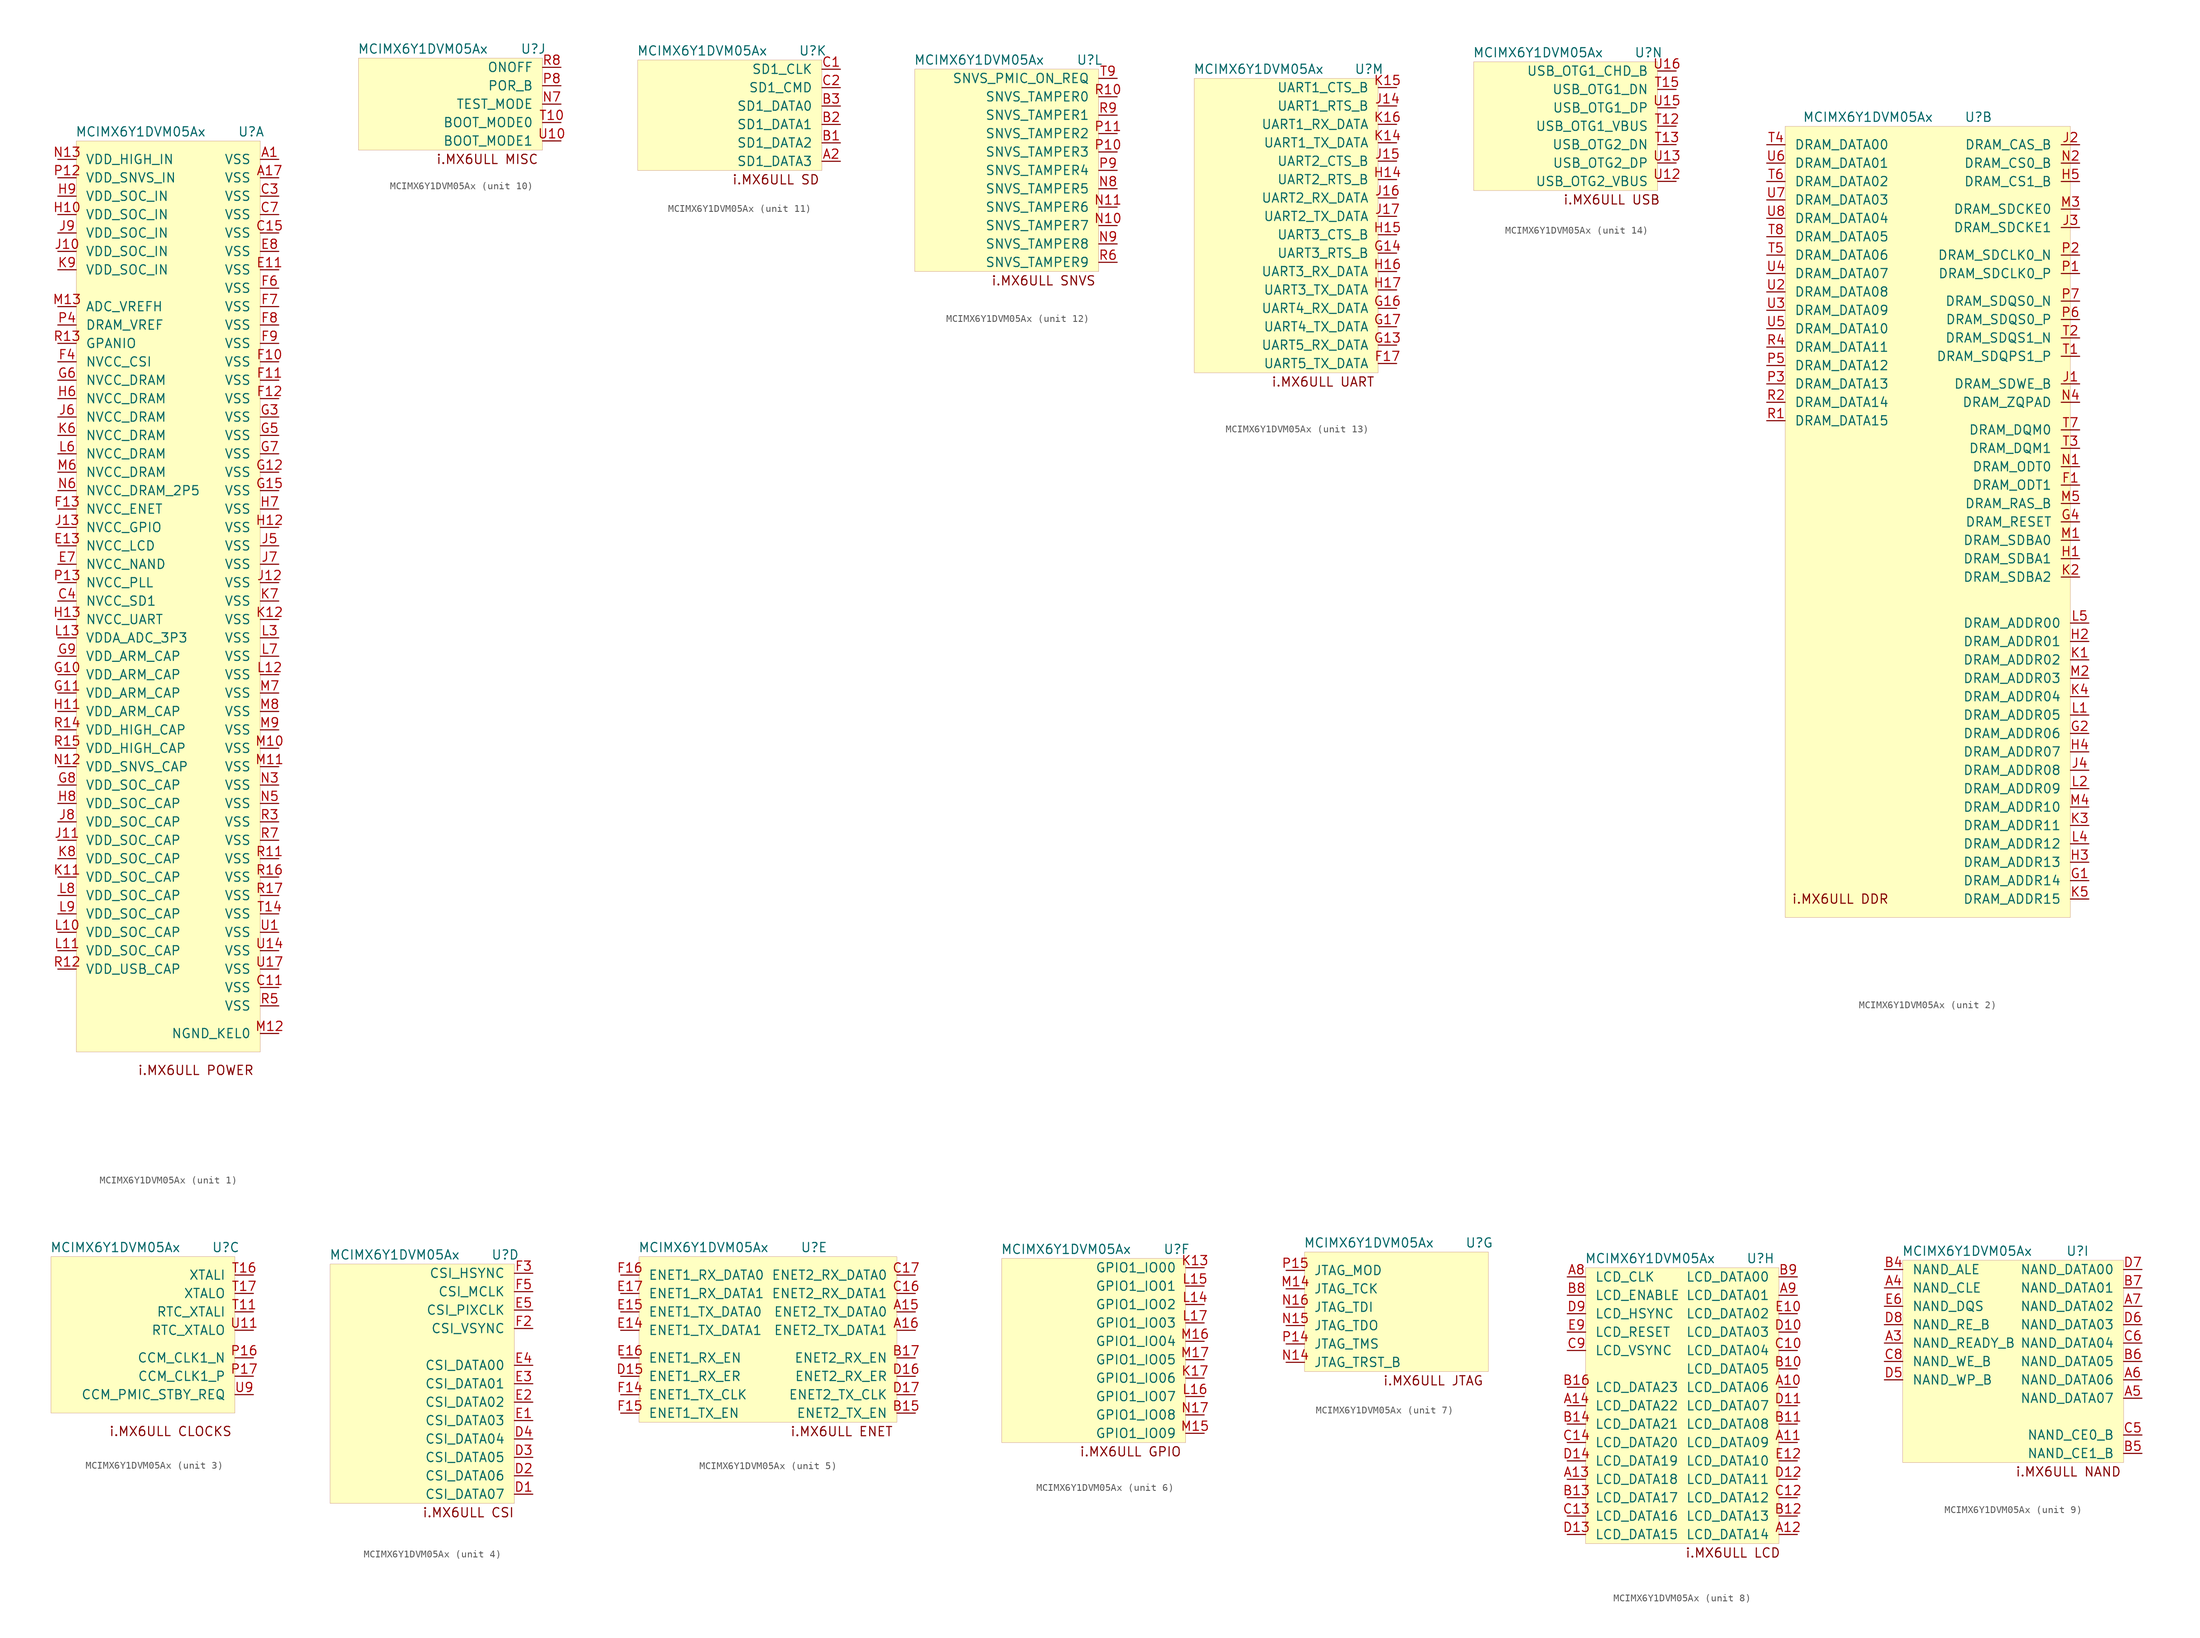
<source format=kicad_sym>
(kicad_symbol_lib
  (version 20201005)
  (generator kicad_symbol_editor)
  (symbol "mcu:MCIMX6Y1DVM05Ax"
    (pin_names
      (offset 1.27))
    (property "Reference" "U"
      (at 24.13 1.27 0)
      (effects (font (size 1.27 1.27))))
    (property "Value" "MCIMX6Y1DVM05Ax"
      (at 8.89 1.27 0)
      (effects (font (size 1.27 1.27))))
    (property "ki_locked" ""
      (at 0 0 0)
      (effects (font (size 1.27 1.27))))
    (symbol "MCIMX6Y1DVM05Ax_1_0"
      (text "i.MX6ULL POWER" (at 16.51 -128.27 0) (effects (font (size 1.27 1.27))))
      (rectangle (start 0 0) (end 25.4 -125.73) (stroke (width 0.001)) (fill (type background))))
    (symbol "MCIMX6Y1DVM05Ax_2_0"
      (text "i.MX6ULL DDR" (at 5.08 -106.68 0) (effects (font (size 1.27 1.27))))
      (rectangle (start -2.54 0) (end 36.83 -109.22) (stroke (width 0.001)) (fill (type background))))
    (symbol "MCIMX6Y1DVM05Ax_3_0"
      (text "i.MX6ULL CLOCKS" (at 16.51 -24.13 0) (effects (font (size 1.27 1.27))))
      (rectangle (start 0 0) (end 25.4 -21.59) (stroke (width 0.001)) (fill (type background))))
    (symbol "MCIMX6Y1DVM05Ax_4_0"
      (text "i.MX6ULL CSI" (at 19.05 -34.29 0) (effects (font (size 1.27 1.27)))))
    (symbol "MCIMX6Y1DVM05Ax_5_0"
      (text "i.MX6ULL ENET" (at 27.94 -24.13 0) (effects (font (size 1.27 1.27)))))
    (symbol "MCIMX6Y1DVM05Ax_6_0"
      (text "i.MX6ULL GPIO" (at 17.78 -26.67 0) (effects (font (size 1.27 1.27)))))
    (symbol "MCIMX6Y1DVM05Ax_7_0"
      (text "i.MX6ULL JTAG" (at 17.78 -17.78 0) (effects (font (size 1.27 1.27)))))
    (symbol "MCIMX6Y1DVM05Ax_8_0"
      (text "i.MX6ULL LCD" (at 20.32 -39.37 0) (effects (font (size 1.27 1.27)))))
    (symbol "MCIMX6Y1DVM05Ax_9_0"
      (text "i.MX6ULL NAND" (at 22.86 -29.21 0) (effects (font (size 1.27 1.27)))))
    (symbol "MCIMX6Y1DVM05Ax_10_0"
      (text "i.MX6ULL MISC" (at 17.78 -13.97 0) (effects (font (size 1.27 1.27)))))
    (symbol "MCIMX6Y1DVM05Ax_11_0"
      (text "i.MX6ULL SD" (at 19.05 -16.51 0) (effects (font (size 1.27 1.27)))))
    (symbol "MCIMX6Y1DVM05Ax_12_0"
      (text "i.MX6ULL SNVS" (at 17.78 -29.21 0) (effects (font (size 1.27 1.27)))))
    (symbol "MCIMX6Y1DVM05Ax_13_0"
      (text "i.MX6ULL UART" (at 17.78 -41.91 0) (effects (font (size 1.27 1.27)))))
    (symbol "MCIMX6Y1DVM05Ax_14_0"
      (text "i.MX6ULL USB" (at 19.05 -19.05 0) (effects (font (size 1.27 1.27)))))
    (symbol "MCIMX6Y1DVM05Ax_4_1"
      (rectangle (start 0 0) (end 25.4 -33.02) (stroke (width 0.001)) (fill (type background)))
      (pin input line (at 27.94 -13.97 180) (length 2.54) (name "CSI_DATA00" (effects (font (size 1.27 1.27)))) (number "E4" (effects (font (size 1.27 1.27)))))
      (pin input line (at 27.94 -16.51 180) (length 2.54) (name "CSI_DATA01" (effects (font (size 1.27 1.27)))) (number "E3" (effects (font (size 1.27 1.27)))))
      (pin input line (at 27.94 -19.05 180) (length 2.54) (name "CSI_DATA02" (effects (font (size 1.27 1.27)))) (number "E2" (effects (font (size 1.27 1.27)))))
      (pin input line (at 27.94 -24.13 180) (length 2.54) (name "CSI_DATA04" (effects (font (size 1.27 1.27)))) (number "D4" (effects (font (size 1.27 1.27)))))
      (pin input line (at 27.94 -21.59 180) (length 2.54) (name "CSI_DATA03" (effects (font (size 1.27 1.27)))) (number "E1" (effects (font (size 1.27 1.27)))))
      (pin input line (at 27.94 -26.67 180) (length 2.54) (name "CSI_DATA05" (effects (font (size 1.27 1.27)))) (number "D3" (effects (font (size 1.27 1.27)))))
      (pin input line (at 27.94 -29.21 180) (length 2.54) (name "CSI_DATA06" (effects (font (size 1.27 1.27)))) (number "D2" (effects (font (size 1.27 1.27)))))
      (pin input line (at 27.94 -31.75 180) (length 2.54) (name "CSI_DATA07" (effects (font (size 1.27 1.27)))) (number "D1" (effects (font (size 1.27 1.27)))))
      (pin output line (at 27.94 -1.27 180) (length 2.54) (name "CSI_HSYNC" (effects (font (size 1.27 1.27)))) (number "F3" (effects (font (size 1.27 1.27)))))
      (pin output line (at 27.94 -3.81 180) (length 2.54) (name "CSI_MCLK" (effects (font (size 1.27 1.27)))) (number "F5" (effects (font (size 1.27 1.27)))))
      (pin output line (at 27.94 -6.35 180) (length 2.54) (name "CSI_PIXCLK" (effects (font (size 1.27 1.27)))) (number "E5" (effects (font (size 1.27 1.27)))))
      (pin output line (at 27.94 -8.89 180) (length 2.54) (name "CSI_VSYNC" (effects (font (size 1.27 1.27)))) (number "F2" (effects (font (size 1.27 1.27))))))
    (symbol "MCIMX6Y1DVM05Ax_5_1"
      (rectangle (start 0 0) (end 35.56 -22.86) (stroke (width 0.001)) (fill (type background)))
      (pin output line (at -2.54 -2.54 0) (length 2.54) (name "ENET1_RX_DATA0" (effects (font (size 1.27 1.27)))) (number "F16" (effects (font (size 1.27 1.27)))))
      (pin output line (at -2.54 -5.08 0) (length 2.54) (name "ENET1_RX_DATA1" (effects (font (size 1.27 1.27)))) (number "E17" (effects (font (size 1.27 1.27)))))
      (pin output line (at -2.54 -13.97 0) (length 2.54) (name "ENET1_RX_EN" (effects (font (size 1.27 1.27)))) (number "E16" (effects (font (size 1.27 1.27)))))
      (pin output line (at -2.54 -16.51 0) (length 2.54) (name "ENET1_RX_ER" (effects (font (size 1.27 1.27)))) (number "D15" (effects (font (size 1.27 1.27)))))
      (pin output line (at -2.54 -19.05 0) (length 2.54) (name "ENET1_TX_CLK" (effects (font (size 1.27 1.27)))) (number "F14" (effects (font (size 1.27 1.27)))))
      (pin output line (at -2.54 -7.62 0) (length 2.54) (name "ENET1_TX_DATA0" (effects (font (size 1.27 1.27)))) (number "E15" (effects (font (size 1.27 1.27)))))
      (pin output line (at -2.54 -10.16 0) (length 2.54) (name "ENET1_TX_DATA1" (effects (font (size 1.27 1.27)))) (number "E14" (effects (font (size 1.27 1.27)))))
      (pin output line (at -2.54 -21.59 0) (length 2.54) (name "ENET1_TX_EN" (effects (font (size 1.27 1.27)))) (number "F15" (effects (font (size 1.27 1.27)))))
      (pin output line (at 38.1 -2.54 180) (length 2.54) (name "ENET2_RX_DATA0" (effects (font (size 1.27 1.27)))) (number "C17" (effects (font (size 1.27 1.27)))))
      (pin output line (at 38.1 -5.08 180) (length 2.54) (name "ENET2_RX_DATA1" (effects (font (size 1.27 1.27)))) (number "C16" (effects (font (size 1.27 1.27)))))
      (pin output line (at 38.1 -13.97 180) (length 2.54) (name "ENET2_RX_EN" (effects (font (size 1.27 1.27)))) (number "B17" (effects (font (size 1.27 1.27)))))
      (pin output line (at 38.1 -16.51 180) (length 2.54) (name "ENET2_RX_ER" (effects (font (size 1.27 1.27)))) (number "D16" (effects (font (size 1.27 1.27)))))
      (pin output line (at 38.1 -19.05 180) (length 2.54) (name "ENET2_TX_CLK" (effects (font (size 1.27 1.27)))) (number "D17" (effects (font (size 1.27 1.27)))))
      (pin output line (at 38.1 -7.62 180) (length 2.54) (name "ENET2_TX_DATA0" (effects (font (size 1.27 1.27)))) (number "A15" (effects (font (size 1.27 1.27)))))
      (pin output line (at 38.1 -10.16 180) (length 2.54) (name "ENET2_TX_DATA1" (effects (font (size 1.27 1.27)))) (number "A16" (effects (font (size 1.27 1.27)))))
      (pin output line (at 38.1 -21.59 180) (length 2.54) (name "ENET2_TX_EN" (effects (font (size 1.27 1.27)))) (number "B15" (effects (font (size 1.27 1.27))))))
    (symbol "MCIMX6Y1DVM05Ax_6_1"
      (rectangle (start 0 0) (end 25.4 -25.4) (stroke (width 0.001)) (fill (type background)))
      (pin bidirectional line (at 27.94 -1.27 180) (length 2.54) (name "GPIO1_IO00" (effects (font (size 1.27 1.27)))) (number "K13" (effects (font (size 1.27 1.27)))))
      (pin bidirectional line (at 27.94 -3.81 180) (length 2.54) (name "GPIO1_IO01" (effects (font (size 1.27 1.27)))) (number "L15" (effects (font (size 1.27 1.27)))))
      (pin bidirectional line (at 27.94 -6.35 180) (length 2.54) (name "GPIO1_IO02" (effects (font (size 1.27 1.27)))) (number "L14" (effects (font (size 1.27 1.27)))))
      (pin bidirectional line (at 27.94 -8.89 180) (length 2.54) (name "GPIO1_IO03" (effects (font (size 1.27 1.27)))) (number "L17" (effects (font (size 1.27 1.27)))))
      (pin bidirectional line (at 27.94 -11.43 180) (length 2.54) (name "GPIO1_IO04" (effects (font (size 1.27 1.27)))) (number "M16" (effects (font (size 1.27 1.27)))))
      (pin bidirectional line (at 27.94 -13.97 180) (length 2.54) (name "GPIO1_IO05" (effects (font (size 1.27 1.27)))) (number "M17" (effects (font (size 1.27 1.27)))))
      (pin bidirectional line (at 27.94 -16.51 180) (length 2.54) (name "GPIO1_IO06" (effects (font (size 1.27 1.27)))) (number "K17" (effects (font (size 1.27 1.27)))))
      (pin bidirectional line (at 27.94 -19.05 180) (length 2.54) (name "GPIO1_IO07" (effects (font (size 1.27 1.27)))) (number "L16" (effects (font (size 1.27 1.27)))))
      (pin bidirectional line (at 27.94 -21.59 180) (length 2.54) (name "GPIO1_IO08" (effects (font (size 1.27 1.27)))) (number "N17" (effects (font (size 1.27 1.27)))))
      (pin bidirectional line (at 27.94 -24.13 180) (length 2.54) (name "GPIO1_IO09" (effects (font (size 1.27 1.27)))) (number "M15" (effects (font (size 1.27 1.27))))))
    (symbol "MCIMX6Y1DVM05Ax_7_1"
      (rectangle (start 0 0) (end 25.4 -16.51) (stroke (width 0.001)) (fill (type background)))
      (pin bidirectional line (at -2.54 -2.54 0) (length 2.54) (name "JTAG_MOD" (effects (font (size 1.27 1.27)))) (number "P15" (effects (font (size 1.27 1.27)))))
      (pin bidirectional line (at -2.54 -5.08 0) (length 2.54) (name "JTAG_TCK" (effects (font (size 1.27 1.27)))) (number "M14" (effects (font (size 1.27 1.27)))))
      (pin bidirectional line (at -2.54 -7.62 0) (length 2.54) (name "JTAG_TDI" (effects (font (size 1.27 1.27)))) (number "N16" (effects (font (size 1.27 1.27)))))
      (pin bidirectional line (at -2.54 -10.16 0) (length 2.54) (name "JTAG_TDO" (effects (font (size 1.27 1.27)))) (number "N15" (effects (font (size 1.27 1.27)))))
      (pin bidirectional line (at -2.54 -12.7 0) (length 2.54) (name "JTAG_TMS" (effects (font (size 1.27 1.27)))) (number "P14" (effects (font (size 1.27 1.27)))))
      (pin bidirectional line (at -2.54 -15.24 0) (length 2.54) (name "JTAG_TRST_B" (effects (font (size 1.27 1.27)))) (number "N14" (effects (font (size 1.27 1.27))))))
    (symbol "MCIMX6Y1DVM05Ax_8_1"
      (rectangle (start 0 0) (end 26.67 -38.1) (stroke (width 0.001)) (fill (type background)))
      (pin output line (at -2.54 -1.27 0) (length 2.54) (name "LCD_CLK" (effects (font (size 1.27 1.27)))) (number "A8" (effects (font (size 1.27 1.27)))))
      (pin output line (at 29.21 -1.27 180) (length 2.54) (name "LCD_DATA00" (effects (font (size 1.27 1.27)))) (number "B9" (effects (font (size 1.27 1.27)))))
      (pin output line (at 29.21 -3.81 180) (length 2.54) (name "LCD_DATA01" (effects (font (size 1.27 1.27)))) (number "A9" (effects (font (size 1.27 1.27)))))
      (pin output line (at 29.21 -6.35 180) (length 2.54) (name "LCD_DATA02" (effects (font (size 1.27 1.27)))) (number "E10" (effects (font (size 1.27 1.27)))))
      (pin output line (at 29.21 -8.89 180) (length 2.54) (name "LCD_DATA03" (effects (font (size 1.27 1.27)))) (number "D10" (effects (font (size 1.27 1.27)))))
      (pin output line (at 29.21 -13.97 180) (length 2.54) (name "LCD_DATA05" (effects (font (size 1.27 1.27)))) (number "B10" (effects (font (size 1.27 1.27)))))
      (pin output line (at 29.21 -11.43 180) (length 2.54) (name "LCD_DATA04" (effects (font (size 1.27 1.27)))) (number "C10" (effects (font (size 1.27 1.27)))))
      (pin output line (at 29.21 -16.51 180) (length 2.54) (name "LCD_DATA06" (effects (font (size 1.27 1.27)))) (number "A10" (effects (font (size 1.27 1.27)))))
      (pin output line (at 29.21 -19.05 180) (length 2.54) (name "LCD_DATA07" (effects (font (size 1.27 1.27)))) (number "D11" (effects (font (size 1.27 1.27)))))
      (pin output line (at 29.21 -21.59 180) (length 2.54) (name "LCD_DATA08" (effects (font (size 1.27 1.27)))) (number "B11" (effects (font (size 1.27 1.27)))))
      (pin output line (at 29.21 -24.13 180) (length 2.54) (name "LCD_DATA09" (effects (font (size 1.27 1.27)))) (number "A11" (effects (font (size 1.27 1.27)))))
      (pin output line (at 29.21 -26.67 180) (length 2.54) (name "LCD_DATA10" (effects (font (size 1.27 1.27)))) (number "E12" (effects (font (size 1.27 1.27)))))
      (pin output line (at 29.21 -29.21 180) (length 2.54) (name "LCD_DATA11" (effects (font (size 1.27 1.27)))) (number "D12" (effects (font (size 1.27 1.27)))))
      (pin output line (at 29.21 -31.75 180) (length 2.54) (name "LCD_DATA12" (effects (font (size 1.27 1.27)))) (number "C12" (effects (font (size 1.27 1.27)))))
      (pin output line (at 29.21 -34.29 180) (length 2.54) (name "LCD_DATA13" (effects (font (size 1.27 1.27)))) (number "B12" (effects (font (size 1.27 1.27)))))
      (pin output line (at 29.21 -36.83 180) (length 2.54) (name "LCD_DATA14" (effects (font (size 1.27 1.27)))) (number "A12" (effects (font (size 1.27 1.27)))))
      (pin output line (at -2.54 -36.83 0) (length 2.54) (name "LCD_DATA15" (effects (font (size 1.27 1.27)))) (number "D13" (effects (font (size 1.27 1.27)))))
      (pin output line (at -2.54 -34.29 0) (length 2.54) (name "LCD_DATA16" (effects (font (size 1.27 1.27)))) (number "C13" (effects (font (size 1.27 1.27)))))
      (pin output line (at -2.54 -31.75 0) (length 2.54) (name "LCD_DATA17" (effects (font (size 1.27 1.27)))) (number "B13" (effects (font (size 1.27 1.27)))))
      (pin output line (at -2.54 -29.21 0) (length 2.54) (name "LCD_DATA18" (effects (font (size 1.27 1.27)))) (number "A13" (effects (font (size 1.27 1.27)))))
      (pin output line (at -2.54 -26.67 0) (length 2.54) (name "LCD_DATA19" (effects (font (size 1.27 1.27)))) (number "D14" (effects (font (size 1.27 1.27)))))
      (pin output line (at -2.54 -24.13 0) (length 2.54) (name "LCD_DATA20" (effects (font (size 1.27 1.27)))) (number "C14" (effects (font (size 1.27 1.27)))))
      (pin output line (at -2.54 -21.59 0) (length 2.54) (name "LCD_DATA21" (effects (font (size 1.27 1.27)))) (number "B14" (effects (font (size 1.27 1.27)))))
      (pin output line (at -2.54 -19.05 0) (length 2.54) (name "LCD_DATA22" (effects (font (size 1.27 1.27)))) (number "A14" (effects (font (size 1.27 1.27)))))
      (pin output line (at -2.54 -16.51 0) (length 2.54) (name "LCD_DATA23" (effects (font (size 1.27 1.27)))) (number "B16" (effects (font (size 1.27 1.27)))))
      (pin output line (at -2.54 -3.81 0) (length 2.54) (name "LCD_ENABLE" (effects (font (size 1.27 1.27)))) (number "B8" (effects (font (size 1.27 1.27)))))
      (pin output line (at -2.54 -6.35 0) (length 2.54) (name "LCD_HSYNC" (effects (font (size 1.27 1.27)))) (number "D9" (effects (font (size 1.27 1.27)))))
      (pin output line (at -2.54 -8.89 0) (length 2.54) (name "LCD_RESET" (effects (font (size 1.27 1.27)))) (number "E9" (effects (font (size 1.27 1.27)))))
      (pin output line (at -2.54 -11.43 0) (length 2.54) (name "LCD_VSYNC" (effects (font (size 1.27 1.27)))) (number "C9" (effects (font (size 1.27 1.27))))))
    (symbol "MCIMX6Y1DVM05Ax_9_1"
      (rectangle (start 0 0) (end 30.48 -27.94) (stroke (width 0.001)) (fill (type background)))
      (pin output line (at -2.54 -1.27 0) (length 2.54) (name "NAND_ALE" (effects (font (size 1.27 1.27)))) (number "B4" (effects (font (size 1.27 1.27)))))
      (pin output line (at 33.02 -24.13 180) (length 2.54) (name "NAND_CE0_B" (effects (font (size 1.27 1.27)))) (number "C5" (effects (font (size 1.27 1.27)))))
      (pin output line (at 33.02 -26.67 180) (length 2.54) (name "NAND_CE1_B" (effects (font (size 1.27 1.27)))) (number "B5" (effects (font (size 1.27 1.27)))))
      (pin output line (at -2.54 -3.81 0) (length 2.54) (name "NAND_CLE" (effects (font (size 1.27 1.27)))) (number "A4" (effects (font (size 1.27 1.27)))))
      (pin bidirectional line (at 33.02 -1.27 180) (length 2.54) (name "NAND_DATA00" (effects (font (size 1.27 1.27)))) (number "D7" (effects (font (size 1.27 1.27)))))
      (pin bidirectional line (at 33.02 -3.81 180) (length 2.54) (name "NAND_DATA01" (effects (font (size 1.27 1.27)))) (number "B7" (effects (font (size 1.27 1.27)))))
      (pin bidirectional line (at 33.02 -6.35 180) (length 2.54) (name "NAND_DATA02" (effects (font (size 1.27 1.27)))) (number "A7" (effects (font (size 1.27 1.27)))))
      (pin bidirectional line (at 33.02 -8.89 180) (length 2.54) (name "NAND_DATA03" (effects (font (size 1.27 1.27)))) (number "D6" (effects (font (size 1.27 1.27)))))
      (pin bidirectional line (at 33.02 -11.43 180) (length 2.54) (name "NAND_DATA04" (effects (font (size 1.27 1.27)))) (number "C6" (effects (font (size 1.27 1.27)))))
      (pin bidirectional line (at 33.02 -13.97 180) (length 2.54) (name "NAND_DATA05" (effects (font (size 1.27 1.27)))) (number "B6" (effects (font (size 1.27 1.27)))))
      (pin bidirectional line (at 33.02 -16.51 180) (length 2.54) (name "NAND_DATA06" (effects (font (size 1.27 1.27)))) (number "A6" (effects (font (size 1.27 1.27)))))
      (pin bidirectional line (at 33.02 -19.05 180) (length 2.54) (name "NAND_DATA07" (effects (font (size 1.27 1.27)))) (number "A5" (effects (font (size 1.27 1.27)))))
      (pin output line (at -2.54 -6.35 0) (length 2.54) (name "NAND_DQS" (effects (font (size 1.27 1.27)))) (number "E6" (effects (font (size 1.27 1.27)))))
      (pin output line (at -2.54 -8.89 0) (length 2.54) (name "NAND_RE_B" (effects (font (size 1.27 1.27)))) (number "D8" (effects (font (size 1.27 1.27)))))
      (pin output line (at -2.54 -11.43 0) (length 2.54) (name "NAND_READY_B" (effects (font (size 1.27 1.27)))) (number "A3" (effects (font (size 1.27 1.27)))))
      (pin output line (at -2.54 -13.97 0) (length 2.54) (name "NAND_WE_B" (effects (font (size 1.27 1.27)))) (number "C8" (effects (font (size 1.27 1.27)))))
      (pin output line (at -2.54 -16.51 0) (length 2.54) (name "NAND_WP_B" (effects (font (size 1.27 1.27)))) (number "D5" (effects (font (size 1.27 1.27))))))
    (symbol "MCIMX6Y1DVM05Ax_10_1"
      (rectangle (start 0 0) (end 25.4 -12.7) (stroke (width 0.001)) (fill (type background)))
      (pin input line (at 27.94 -1.27 180) (length 2.54) (name "ONOFF" (effects (font (size 1.27 1.27)))) (number "R8" (effects (font (size 1.27 1.27)))))
      (pin input line (at 27.94 -3.81 180) (length 2.54) (name "POR_B" (effects (font (size 1.27 1.27)))) (number "P8" (effects (font (size 1.27 1.27)))))
      (pin input line (at 27.94 -6.35 180) (length 2.54) (name "TEST_MODE" (effects (font (size 1.27 1.27)))) (number "N7" (effects (font (size 1.27 1.27)))))
      (pin input line (at 27.94 -8.89 180) (length 2.54) (name "BOOT_MODE0" (effects (font (size 1.27 1.27)))) (number "T10" (effects (font (size 1.27 1.27)))))
      (pin input line (at 27.94 -11.43 180) (length 2.54) (name "BOOT_MODE1" (effects (font (size 1.27 1.27)))) (number "U10" (effects (font (size 1.27 1.27))))))
    (symbol "MCIMX6Y1DVM05Ax_11_1"
      (rectangle (start 0 0) (end 25.4 -15.24) (stroke (width 0.001)) (fill (type background)))
      (pin output line (at 27.94 -1.27 180) (length 2.54) (name "SD1_CLK" (effects (font (size 1.27 1.27)))) (number "C1" (effects (font (size 1.27 1.27)))))
      (pin output line (at 27.94 -3.81 180) (length 2.54) (name "SD1_CMD" (effects (font (size 1.27 1.27)))) (number "C2" (effects (font (size 1.27 1.27)))))
      (pin bidirectional line (at 27.94 -6.35 180) (length 2.54) (name "SD1_DATA0" (effects (font (size 1.27 1.27)))) (number "B3" (effects (font (size 1.27 1.27)))))
      (pin bidirectional line (at 27.94 -8.89 180) (length 2.54) (name "SD1_DATA1" (effects (font (size 1.27 1.27)))) (number "B2" (effects (font (size 1.27 1.27)))))
      (pin bidirectional line (at 27.94 -13.97 180) (length 2.54) (name "SD1_DATA3" (effects (font (size 1.27 1.27)))) (number "A2" (effects (font (size 1.27 1.27)))))
      (pin bidirectional line (at 27.94 -11.43 180) (length 2.54) (name "SD1_DATA2" (effects (font (size 1.27 1.27)))) (number "B1" (effects (font (size 1.27 1.27))))))
    (symbol "MCIMX6Y1DVM05Ax_12_1"
      (rectangle (start 0 0) (end 25.4 -27.94) (stroke (width 0.001)) (fill (type background)))
      (pin input line (at 27.94 -1.27 180) (length 2.54) (name "SNVS_PMIC_ON_REQ" (effects (font (size 1.27 1.27)))) (number "T9" (effects (font (size 1.27 1.27)))))
      (pin input line (at 27.94 -3.81 180) (length 2.54) (name "SNVS_TAMPER0" (effects (font (size 1.27 1.27)))) (number "R10" (effects (font (size 1.27 1.27)))))
      (pin input line (at 27.94 -6.35 180) (length 2.54) (name "SNVS_TAMPER1" (effects (font (size 1.27 1.27)))) (number "R9" (effects (font (size 1.27 1.27)))))
      (pin input line (at 27.94 -8.89 180) (length 2.54) (name "SNVS_TAMPER2" (effects (font (size 1.27 1.27)))) (number "P11" (effects (font (size 1.27 1.27)))))
      (pin input line (at 27.94 -11.43 180) (length 2.54) (name "SNVS_TAMPER3" (effects (font (size 1.27 1.27)))) (number "P10" (effects (font (size 1.27 1.27)))))
      (pin input line (at 27.94 -13.97 180) (length 2.54) (name "SNVS_TAMPER4" (effects (font (size 1.27 1.27)))) (number "P9" (effects (font (size 1.27 1.27)))))
      (pin input line (at 27.94 -16.51 180) (length 2.54) (name "SNVS_TAMPER5" (effects (font (size 1.27 1.27)))) (number "N8" (effects (font (size 1.27 1.27)))))
      (pin input line (at 27.94 -19.05 180) (length 2.54) (name "SNVS_TAMPER6" (effects (font (size 1.27 1.27)))) (number "N11" (effects (font (size 1.27 1.27)))))
      (pin input line (at 27.94 -21.59 180) (length 2.54) (name "SNVS_TAMPER7" (effects (font (size 1.27 1.27)))) (number "N10" (effects (font (size 1.27 1.27)))))
      (pin input line (at 27.94 -24.13 180) (length 2.54) (name "SNVS_TAMPER8" (effects (font (size 1.27 1.27)))) (number "N9" (effects (font (size 1.27 1.27)))))
      (pin input line (at 27.94 -26.67 180) (length 2.54) (name "SNVS_TAMPER9" (effects (font (size 1.27 1.27)))) (number "R6" (effects (font (size 1.27 1.27))))))
    (symbol "MCIMX6Y1DVM05Ax_13_1"
      (rectangle (start 0 0) (end 25.4 -40.64) (stroke (width 0.001)) (fill (type background)))
      (pin input line (at 27.94 -1.27 180) (length 2.54) (name "UART1_CTS_B" (effects (font (size 1.27 1.27)))) (number "K15" (effects (font (size 1.27 1.27)))))
      (pin input line (at 27.94 -3.81 180) (length 2.54) (name "UART1_RTS_B" (effects (font (size 1.27 1.27)))) (number "J14" (effects (font (size 1.27 1.27)))))
      (pin input line (at 27.94 -6.35 180) (length 2.54) (name "UART1_RX_DATA" (effects (font (size 1.27 1.27)))) (number "K16" (effects (font (size 1.27 1.27)))))
      (pin input line (at 27.94 -8.89 180) (length 2.54) (name "UART1_TX_DATA" (effects (font (size 1.27 1.27)))) (number "K14" (effects (font (size 1.27 1.27)))))
      (pin input line (at 27.94 -11.43 180) (length 2.54) (name "UART2_CTS_B" (effects (font (size 1.27 1.27)))) (number "J15" (effects (font (size 1.27 1.27)))))
      (pin input line (at 27.94 -13.97 180) (length 2.54) (name "UART2_RTS_B" (effects (font (size 1.27 1.27)))) (number "H14" (effects (font (size 1.27 1.27)))))
      (pin input line (at 27.94 -16.51 180) (length 2.54) (name "UART2_RX_DATA" (effects (font (size 1.27 1.27)))) (number "J16" (effects (font (size 1.27 1.27)))))
      (pin input line (at 27.94 -19.05 180) (length 2.54) (name "UART2_TX_DATA" (effects (font (size 1.27 1.27)))) (number "J17" (effects (font (size 1.27 1.27)))))
      (pin input line (at 27.94 -21.59 180) (length 2.54) (name "UART3_CTS_B" (effects (font (size 1.27 1.27)))) (number "H15" (effects (font (size 1.27 1.27)))))
      (pin input line (at 27.94 -24.13 180) (length 2.54) (name "UART3_RTS_B" (effects (font (size 1.27 1.27)))) (number "G14" (effects (font (size 1.27 1.27)))))
      (pin input line (at 27.94 -26.67 180) (length 2.54) (name "UART3_RX_DATA" (effects (font (size 1.27 1.27)))) (number "H16" (effects (font (size 1.27 1.27)))))
      (pin input line (at 27.94 -29.21 180) (length 2.54) (name "UART3_TX_DATA" (effects (font (size 1.27 1.27)))) (number "H17" (effects (font (size 1.27 1.27)))))
      (pin input line (at 27.94 -31.75 180) (length 2.54) (name "UART4_RX_DATA" (effects (font (size 1.27 1.27)))) (number "G16" (effects (font (size 1.27 1.27)))))
      (pin input line (at 27.94 -34.29 180) (length 2.54) (name "UART4_TX_DATA" (effects (font (size 1.27 1.27)))) (number "G17" (effects (font (size 1.27 1.27)))))
      (pin input line (at 27.94 -36.83 180) (length 2.54) (name "UART5_RX_DATA" (effects (font (size 1.27 1.27)))) (number "G13" (effects (font (size 1.27 1.27)))))
      (pin input line (at 27.94 -39.37 180) (length 2.54) (name "UART5_TX_DATA" (effects (font (size 1.27 1.27)))) (number "F17" (effects (font (size 1.27 1.27))))))
    (symbol "MCIMX6Y1DVM05Ax_14_1"
      (rectangle (start 0 0) (end 25.4 -17.78) (stroke (width 0.001)) (fill (type background)))
      (pin input line (at 27.94 -1.27 180) (length 2.54) (name "USB_OTG1_CHD_B" (effects (font (size 1.27 1.27)))) (number "U16" (effects (font (size 1.27 1.27)))))
      (pin input line (at 27.94 -3.81 180) (length 2.54) (name "USB_OTG1_DN" (effects (font (size 1.27 1.27)))) (number "T15" (effects (font (size 1.27 1.27)))))
      (pin input line (at 27.94 -6.35 180) (length 2.54) (name "USB_OTG1_DP" (effects (font (size 1.27 1.27)))) (number "U15" (effects (font (size 1.27 1.27)))))
      (pin input line (at 27.94 -8.89 180) (length 2.54) (name "USB_OTG1_VBUS" (effects (font (size 1.27 1.27)))) (number "T12" (effects (font (size 1.27 1.27)))))
      (pin input line (at 27.94 -11.43 180) (length 2.54) (name "USB_OTG2_DN" (effects (font (size 1.27 1.27)))) (number "T13" (effects (font (size 1.27 1.27)))))
      (pin input line (at 27.94 -13.97 180) (length 2.54) (name "USB_OTG2_DP" (effects (font (size 1.27 1.27)))) (number "U13" (effects (font (size 1.27 1.27)))))
      (pin input line (at 27.94 -16.51 180) (length 2.54) (name "USB_OTG2_VBUS" (effects (font (size 1.27 1.27)))) (number "U12" (effects (font (size 1.27 1.27))))))
    (symbol "MCIMX6Y1DVM05Ax_1_1"
      (pin power_in line (at -2.54 -22.86 0) (length 2.54) (name "ADC_VREFH" (effects (font (size 1.27 1.27)))) (number "M13" (effects (font (size 1.27 1.27)))))
      (pin power_in line (at -2.54 -25.4 0) (length 2.54) (name "DRAM_VREF" (effects (font (size 1.27 1.27)))) (number "P4" (effects (font (size 1.27 1.27)))))
      (pin power_in line (at -2.54 -27.94 0) (length 2.54) (name "GPANIO" (effects (font (size 1.27 1.27)))) (number "R13" (effects (font (size 1.27 1.27)))))
      (pin power_in line (at 27.94 -123.19 180) (length 2.54) (name "NGND_KEL0" (effects (font (size 1.27 1.27)))) (number "M12" (effects (font (size 1.27 1.27)))))
      (pin power_in line (at -2.54 -30.48 0) (length 2.54) (name "NVCC_CSI" (effects (font (size 1.27 1.27)))) (number "F4" (effects (font (size 1.27 1.27)))))
      (pin power_in line (at -2.54 -33.02 0) (length 2.54) (name "NVCC_DRAM" (effects (font (size 1.27 1.27)))) (number "G6" (effects (font (size 1.27 1.27)))))
      (pin power_in line (at -2.54 -35.56 0) (length 2.54) (name "NVCC_DRAM" (effects (font (size 1.27 1.27)))) (number "H6" (effects (font (size 1.27 1.27)))))
      (pin power_in line (at -2.54 -38.1 0) (length 2.54) (name "NVCC_DRAM" (effects (font (size 1.27 1.27)))) (number "J6" (effects (font (size 1.27 1.27)))))
      (pin power_in line (at -2.54 -40.64 0) (length 2.54) (name "NVCC_DRAM" (effects (font (size 1.27 1.27)))) (number "K6" (effects (font (size 1.27 1.27)))))
      (pin power_in line (at -2.54 -43.18 0) (length 2.54) (name "NVCC_DRAM" (effects (font (size 1.27 1.27)))) (number "L6" (effects (font (size 1.27 1.27)))))
      (pin power_in line (at -2.54 -45.72 0) (length 2.54) (name "NVCC_DRAM" (effects (font (size 1.27 1.27)))) (number "M6" (effects (font (size 1.27 1.27)))))
      (pin power_in line (at -2.54 -48.26 0) (length 2.54) (name "NVCC_DRAM_2P5" (effects (font (size 1.27 1.27)))) (number "N6" (effects (font (size 1.27 1.27)))))
      (pin power_in line (at -2.54 -50.8 0) (length 2.54) (name "NVCC_ENET" (effects (font (size 1.27 1.27)))) (number "F13" (effects (font (size 1.27 1.27)))))
      (pin power_in line (at -2.54 -53.34 0) (length 2.54) (name "NVCC_GPIO" (effects (font (size 1.27 1.27)))) (number "J13" (effects (font (size 1.27 1.27)))))
      (pin power_in line (at -2.54 -55.88 0) (length 2.54) (name "NVCC_LCD" (effects (font (size 1.27 1.27)))) (number "E13" (effects (font (size 1.27 1.27)))))
      (pin power_in line (at -2.54 -58.42 0) (length 2.54) (name "NVCC_NAND" (effects (font (size 1.27 1.27)))) (number "E7" (effects (font (size 1.27 1.27)))))
      (pin power_in line (at -2.54 -60.96 0) (length 2.54) (name "NVCC_PLL" (effects (font (size 1.27 1.27)))) (number "P13" (effects (font (size 1.27 1.27)))))
      (pin power_in line (at -2.54 -63.5 0) (length 2.54) (name "NVCC_SD1" (effects (font (size 1.27 1.27)))) (number "C4" (effects (font (size 1.27 1.27)))))
      (pin power_in line (at -2.54 -66.04 0) (length 2.54) (name "NVCC_UART" (effects (font (size 1.27 1.27)))) (number "H13" (effects (font (size 1.27 1.27)))))
      (pin power_in line (at -2.54 -71.12 0) (length 2.54) (name "VDD_ARM_CAP" (effects (font (size 1.27 1.27)))) (number "G9" (effects (font (size 1.27 1.27)))))
      (pin power_in line (at -2.54 -73.66 0) (length 2.54) (name "VDD_ARM_CAP" (effects (font (size 1.27 1.27)))) (number "G10" (effects (font (size 1.27 1.27)))))
      (pin power_in line (at -2.54 -76.2 0) (length 2.54) (name "VDD_ARM_CAP" (effects (font (size 1.27 1.27)))) (number "G11" (effects (font (size 1.27 1.27)))))
      (pin power_in line (at -2.54 -78.74 0) (length 2.54) (name "VDD_ARM_CAP" (effects (font (size 1.27 1.27)))) (number "H11" (effects (font (size 1.27 1.27)))))
      (pin power_in line (at -2.54 -81.28 0) (length 2.54) (name "VDD_HIGH_CAP" (effects (font (size 1.27 1.27)))) (number "R14" (effects (font (size 1.27 1.27)))))
      (pin power_in line (at -2.54 -83.82 0) (length 2.54) (name "VDD_HIGH_CAP" (effects (font (size 1.27 1.27)))) (number "R15" (effects (font (size 1.27 1.27)))))
      (pin power_in line (at -2.54 -2.54 0) (length 2.54) (name "VDD_HIGH_IN" (effects (font (size 1.27 1.27)))) (number "N13" (effects (font (size 1.27 1.27)))))
      (pin power_in line (at -2.54 -86.36 0) (length 2.54) (name "VDD_SNVS_CAP" (effects (font (size 1.27 1.27)))) (number "N12" (effects (font (size 1.27 1.27)))))
      (pin power_in line (at -2.54 -5.08 0) (length 2.54) (name "VDD_SNVS_IN" (effects (font (size 1.27 1.27)))) (number "P12" (effects (font (size 1.27 1.27)))))
      (pin power_in line (at -2.54 -88.9 0) (length 2.54) (name "VDD_SOC_CAP" (effects (font (size 1.27 1.27)))) (number "G8" (effects (font (size 1.27 1.27)))))
      (pin power_in line (at -2.54 -91.44 0) (length 2.54) (name "VDD_SOC_CAP" (effects (font (size 1.27 1.27)))) (number "H8" (effects (font (size 1.27 1.27)))))
      (pin power_in line (at -2.54 -93.98 0) (length 2.54) (name "VDD_SOC_CAP" (effects (font (size 1.27 1.27)))) (number "J8" (effects (font (size 1.27 1.27)))))
      (pin power_in line (at -2.54 -96.52 0) (length 2.54) (name "VDD_SOC_CAP" (effects (font (size 1.27 1.27)))) (number "J11" (effects (font (size 1.27 1.27)))))
      (pin power_in line (at -2.54 -99.06 0) (length 2.54) (name "VDD_SOC_CAP" (effects (font (size 1.27 1.27)))) (number "K8" (effects (font (size 1.27 1.27)))))
      (pin power_in line (at -2.54 -101.6 0) (length 2.54) (name "VDD_SOC_CAP" (effects (font (size 1.27 1.27)))) (number "K11" (effects (font (size 1.27 1.27)))))
      (pin power_in line (at -2.54 -104.14 0) (length 2.54) (name "VDD_SOC_CAP" (effects (font (size 1.27 1.27)))) (number "L8" (effects (font (size 1.27 1.27)))))
      (pin power_in line (at -2.54 -106.68 0) (length 2.54) (name "VDD_SOC_CAP" (effects (font (size 1.27 1.27)))) (number "L9" (effects (font (size 1.27 1.27)))))
      (pin power_in line (at -2.54 -109.22 0) (length 2.54) (name "VDD_SOC_CAP" (effects (font (size 1.27 1.27)))) (number "L10" (effects (font (size 1.27 1.27)))))
      (pin power_in line (at -2.54 -111.76 0) (length 2.54) (name "VDD_SOC_CAP" (effects (font (size 1.27 1.27)))) (number "L11" (effects (font (size 1.27 1.27)))))
      (pin power_in line (at -2.54 -7.62 0) (length 2.54) (name "VDD_SOC_IN" (effects (font (size 1.27 1.27)))) (number "H9" (effects (font (size 1.27 1.27)))))
      (pin power_in line (at -2.54 -10.16 0) (length 2.54) (name "VDD_SOC_IN" (effects (font (size 1.27 1.27)))) (number "H10" (effects (font (size 1.27 1.27)))))
      (pin power_in line (at -2.54 -12.7 0) (length 2.54) (name "VDD_SOC_IN" (effects (font (size 1.27 1.27)))) (number "J9" (effects (font (size 1.27 1.27)))))
      (pin power_in line (at -2.54 -15.24 0) (length 2.54) (name "VDD_SOC_IN" (effects (font (size 1.27 1.27)))) (number "J10" (effects (font (size 1.27 1.27)))))
      (pin power_in line (at -2.54 -17.78 0) (length 2.54) (name "VDD_SOC_IN" (effects (font (size 1.27 1.27)))) (number "K9" (effects (font (size 1.27 1.27)))))
      (pin power_in line (at -2.54 -114.3 0) (length 2.54) (name "VDD_USB_CAP" (effects (font (size 1.27 1.27)))) (number "R12" (effects (font (size 1.27 1.27)))))
      (pin power_in line (at -2.54 -68.58 0) (length 2.54) (name "VDDA_ADC_3P3" (effects (font (size 1.27 1.27)))) (number "L13" (effects (font (size 1.27 1.27)))))
      (pin power_in line (at 27.94 -2.54 180) (length 2.54) (name "VSS" (effects (font (size 1.27 1.27)))) (number "A1" (effects (font (size 1.27 1.27)))))
      (pin power_in line (at 27.94 -5.08 180) (length 2.54) (name "VSS" (effects (font (size 1.27 1.27)))) (number "A17" (effects (font (size 1.27 1.27)))))
      (pin power_in line (at 27.94 -7.62 180) (length 2.54) (name "VSS" (effects (font (size 1.27 1.27)))) (number "C3" (effects (font (size 1.27 1.27)))))
      (pin power_in line (at 27.94 -10.16 180) (length 2.54) (name "VSS" (effects (font (size 1.27 1.27)))) (number "C7" (effects (font (size 1.27 1.27)))))
      (pin power_in line (at 27.94 -12.7 180) (length 2.54) (name "VSS" (effects (font (size 1.27 1.27)))) (number "C15" (effects (font (size 1.27 1.27)))))
      (pin power_in line (at 27.94 -15.24 180) (length 2.54) (name "VSS" (effects (font (size 1.27 1.27)))) (number "E8" (effects (font (size 1.27 1.27)))))
      (pin power_in line (at 27.94 -17.78 180) (length 2.54) (name "VSS" (effects (font (size 1.27 1.27)))) (number "E11" (effects (font (size 1.27 1.27)))))
      (pin power_in line (at 27.94 -20.32 180) (length 2.54) (name "VSS" (effects (font (size 1.27 1.27)))) (number "F6" (effects (font (size 1.27 1.27)))))
      (pin power_in line (at 27.94 -22.86 180) (length 2.54) (name "VSS" (effects (font (size 1.27 1.27)))) (number "F7" (effects (font (size 1.27 1.27)))))
      (pin power_in line (at 27.94 -25.4 180) (length 2.54) (name "VSS" (effects (font (size 1.27 1.27)))) (number "F8" (effects (font (size 1.27 1.27)))))
      (pin power_in line (at 27.94 -27.94 180) (length 2.54) (name "VSS" (effects (font (size 1.27 1.27)))) (number "F9" (effects (font (size 1.27 1.27)))))
      (pin power_in line (at 27.94 -30.48 180) (length 2.54) (name "VSS" (effects (font (size 1.27 1.27)))) (number "F10" (effects (font (size 1.27 1.27)))))
      (pin power_in line (at 27.94 -33.02 180) (length 2.54) (name "VSS" (effects (font (size 1.27 1.27)))) (number "F11" (effects (font (size 1.27 1.27)))))
      (pin power_in line (at 27.94 -35.56 180) (length 2.54) (name "VSS" (effects (font (size 1.27 1.27)))) (number "F12" (effects (font (size 1.27 1.27)))))
      (pin power_in line (at 27.94 -38.1 180) (length 2.54) (name "VSS" (effects (font (size 1.27 1.27)))) (number "G3" (effects (font (size 1.27 1.27)))))
      (pin power_in line (at 27.94 -40.64 180) (length 2.54) (name "VSS" (effects (font (size 1.27 1.27)))) (number "G5" (effects (font (size 1.27 1.27)))))
      (pin power_in line (at 27.94 -43.18 180) (length 2.54) (name "VSS" (effects (font (size 1.27 1.27)))) (number "G7" (effects (font (size 1.27 1.27)))))
      (pin power_in line (at 27.94 -45.72 180) (length 2.54) (name "VSS" (effects (font (size 1.27 1.27)))) (number "G12" (effects (font (size 1.27 1.27)))))
      (pin power_in line (at 27.94 -48.26 180) (length 2.54) (name "VSS" (effects (font (size 1.27 1.27)))) (number "G15" (effects (font (size 1.27 1.27)))))
      (pin power_in line (at 27.94 -50.8 180) (length 2.54) (name "VSS" (effects (font (size 1.27 1.27)))) (number "H7" (effects (font (size 1.27 1.27)))))
      (pin power_in line (at 27.94 -53.34 180) (length 2.54) (name "VSS" (effects (font (size 1.27 1.27)))) (number "H12" (effects (font (size 1.27 1.27)))))
      (pin power_in line (at 27.94 -55.88 180) (length 2.54) (name "VSS" (effects (font (size 1.27 1.27)))) (number "J5" (effects (font (size 1.27 1.27)))))
      (pin power_in line (at 27.94 -58.42 180) (length 2.54) (name "VSS" (effects (font (size 1.27 1.27)))) (number "J7" (effects (font (size 1.27 1.27)))))
      (pin power_in line (at 27.94 -60.96 180) (length 2.54) (name "VSS" (effects (font (size 1.27 1.27)))) (number "J12" (effects (font (size 1.27 1.27)))))
      (pin power_in line (at 27.94 -63.5 180) (length 2.54) (name "VSS" (effects (font (size 1.27 1.27)))) (number "K7" (effects (font (size 1.27 1.27)))))
      (pin power_in line (at 27.94 -66.04 180) (length 2.54) (name "VSS" (effects (font (size 1.27 1.27)))) (number "K12" (effects (font (size 1.27 1.27)))))
      (pin power_in line (at 27.94 -68.58 180) (length 2.54) (name "VSS" (effects (font (size 1.27 1.27)))) (number "L3" (effects (font (size 1.27 1.27)))))
      (pin power_in line (at 27.94 -71.12 180) (length 2.54) (name "VSS" (effects (font (size 1.27 1.27)))) (number "L7" (effects (font (size 1.27 1.27)))))
      (pin power_in line (at 27.94 -73.66 180) (length 2.54) (name "VSS" (effects (font (size 1.27 1.27)))) (number "L12" (effects (font (size 1.27 1.27)))))
      (pin power_in line (at 27.94 -76.2 180) (length 2.54) (name "VSS" (effects (font (size 1.27 1.27)))) (number "M7" (effects (font (size 1.27 1.27)))))
      (pin power_in line (at 27.94 -78.74 180) (length 2.54) (name "VSS" (effects (font (size 1.27 1.27)))) (number "M8" (effects (font (size 1.27 1.27)))))
      (pin power_in line (at 27.94 -81.28 180) (length 2.54) (name "VSS" (effects (font (size 1.27 1.27)))) (number "M9" (effects (font (size 1.27 1.27)))))
      (pin power_in line (at 27.94 -83.82 180) (length 2.54) (name "VSS" (effects (font (size 1.27 1.27)))) (number "M10" (effects (font (size 1.27 1.27)))))
      (pin power_in line (at 27.94 -86.36 180) (length 2.54) (name "VSS" (effects (font (size 1.27 1.27)))) (number "M11" (effects (font (size 1.27 1.27)))))
      (pin power_in line (at 27.94 -88.9 180) (length 2.54) (name "VSS" (effects (font (size 1.27 1.27)))) (number "N3" (effects (font (size 1.27 1.27)))))
      (pin power_in line (at 27.94 -91.44 180) (length 2.54) (name "VSS" (effects (font (size 1.27 1.27)))) (number "N5" (effects (font (size 1.27 1.27)))))
      (pin power_in line (at 27.94 -93.98 180) (length 2.54) (name "VSS" (effects (font (size 1.27 1.27)))) (number "R3" (effects (font (size 1.27 1.27)))))
      (pin power_in line (at 27.94 -96.52 180) (length 2.54) (name "VSS" (effects (font (size 1.27 1.27)))) (number "R7" (effects (font (size 1.27 1.27)))))
      (pin power_in line (at 27.94 -99.06 180) (length 2.54) (name "VSS" (effects (font (size 1.27 1.27)))) (number "R11" (effects (font (size 1.27 1.27)))))
      (pin power_in line (at 27.94 -101.6 180) (length 2.54) (name "VSS" (effects (font (size 1.27 1.27)))) (number "R16" (effects (font (size 1.27 1.27)))))
      (pin power_in line (at 27.94 -104.14 180) (length 2.54) (name "VSS" (effects (font (size 1.27 1.27)))) (number "R17" (effects (font (size 1.27 1.27)))))
      (pin power_in line (at 27.94 -106.68 180) (length 2.54) (name "VSS" (effects (font (size 1.27 1.27)))) (number "T14" (effects (font (size 1.27 1.27)))))
      (pin power_in line (at 27.94 -109.22 180) (length 2.54) (name "VSS" (effects (font (size 1.27 1.27)))) (number "U1" (effects (font (size 1.27 1.27)))))
      (pin power_in line (at 27.94 -111.76 180) (length 2.54) (name "VSS" (effects (font (size 1.27 1.27)))) (number "U14" (effects (font (size 1.27 1.27)))))
      (pin power_in line (at 27.94 -114.3 180) (length 2.54) (name "VSS" (effects (font (size 1.27 1.27)))) (number "U17" (effects (font (size 1.27 1.27)))))
      (pin power_in line (at 27.94 -116.84 180) (length 2.54) (name "VSS" (effects (font (size 1.27 1.27)))) (number "C11" (effects (font (size 1.27 1.27)))))
      (pin power_in line (at 27.94 -119.38 180) (length 2.54) (name "VSS" (effects (font (size 1.27 1.27)))) (number "R5" (effects (font (size 1.27 1.27))))))
    (symbol "MCIMX6Y1DVM05Ax_2_1"
      (pin output line (at 39.37 -71.12 180) (length 2.54) (name "DRAM_ADDR01" (effects (font (size 1.27 1.27)))) (number "H2" (effects (font (size 1.27 1.27)))))
      (pin output line (at 39.37 -73.66 180) (length 2.54) (name "DRAM_ADDR02" (effects (font (size 1.27 1.27)))) (number "K1" (effects (font (size 1.27 1.27)))))
      (pin output line (at 39.37 -76.2 180) (length 2.54) (name "DRAM_ADDR03" (effects (font (size 1.27 1.27)))) (number "M2" (effects (font (size 1.27 1.27)))))
      (pin output line (at 39.37 -78.74 180) (length 2.54) (name "DRAM_ADDR04" (effects (font (size 1.27 1.27)))) (number "K4" (effects (font (size 1.27 1.27)))))
      (pin output line (at 39.37 -81.28 180) (length 2.54) (name "DRAM_ADDR05" (effects (font (size 1.27 1.27)))) (number "L1" (effects (font (size 1.27 1.27)))))
      (pin output line (at 39.37 -83.82 180) (length 2.54) (name "DRAM_ADDR06" (effects (font (size 1.27 1.27)))) (number "G2" (effects (font (size 1.27 1.27)))))
      (pin output line (at 39.37 -86.36 180) (length 2.54) (name "DRAM_ADDR07" (effects (font (size 1.27 1.27)))) (number "H4" (effects (font (size 1.27 1.27)))))
      (pin output line (at 39.37 -88.9 180) (length 2.54) (name "DRAM_ADDR08" (effects (font (size 1.27 1.27)))) (number "J4" (effects (font (size 1.27 1.27)))))
      (pin output line (at 39.37 -91.44 180) (length 2.54) (name "DRAM_ADDR09" (effects (font (size 1.27 1.27)))) (number "L2" (effects (font (size 1.27 1.27)))))
      (pin output line (at 39.37 -93.98 180) (length 2.54) (name "DRAM_ADDR10" (effects (font (size 1.27 1.27)))) (number "M4" (effects (font (size 1.27 1.27)))))
      (pin output line (at 39.37 -96.52 180) (length 2.54) (name "DRAM_ADDR11" (effects (font (size 1.27 1.27)))) (number "K3" (effects (font (size 1.27 1.27)))))
      (pin output line (at 39.37 -99.06 180) (length 2.54) (name "DRAM_ADDR12" (effects (font (size 1.27 1.27)))) (number "L4" (effects (font (size 1.27 1.27)))))
      (pin output line (at 39.37 -101.6 180) (length 2.54) (name "DRAM_ADDR13" (effects (font (size 1.27 1.27)))) (number "H3" (effects (font (size 1.27 1.27)))))
      (pin output line (at 39.37 -104.14 180) (length 2.54) (name "DRAM_ADDR14" (effects (font (size 1.27 1.27)))) (number "G1" (effects (font (size 1.27 1.27)))))
      (pin output line (at 39.37 -106.68 180) (length 2.54) (name "DRAM_ADDR15" (effects (font (size 1.27 1.27)))) (number "K5" (effects (font (size 1.27 1.27)))))
      (pin output line (at 38.1 -2.54 180) (length 2.54) (name "DRAM_CAS_B" (effects (font (size 1.27 1.27)))) (number "J2" (effects (font (size 1.27 1.27)))))
      (pin output line (at 38.1 -5.08 180) (length 2.54) (name "DRAM_CS0_B" (effects (font (size 1.27 1.27)))) (number "N2" (effects (font (size 1.27 1.27)))))
      (pin output line (at 38.1 -7.62 180) (length 2.54) (name "DRAM_CS1_B" (effects (font (size 1.27 1.27)))) (number "H5" (effects (font (size 1.27 1.27)))))
      (pin output line (at 39.37 -68.58 180) (length 2.54) (name "DRAM_ADDR00" (effects (font (size 1.27 1.27)))) (number "L5" (effects (font (size 1.27 1.27)))))
      (pin bidirectional line (at -5.08 -2.54 0) (length 2.54) (name "DRAM_DATA00" (effects (font (size 1.27 1.27)))) (number "T4" (effects (font (size 1.27 1.27)))))
      (pin bidirectional line (at -5.08 -5.08 0) (length 2.54) (name "DRAM_DATA01" (effects (font (size 1.27 1.27)))) (number "U6" (effects (font (size 1.27 1.27)))))
      (pin bidirectional line (at -5.08 -7.62 0) (length 2.54) (name "DRAM_DATA02" (effects (font (size 1.27 1.27)))) (number "T6" (effects (font (size 1.27 1.27)))))
      (pin bidirectional line (at -5.08 -10.16 0) (length 2.54) (name "DRAM_DATA03" (effects (font (size 1.27 1.27)))) (number "U7" (effects (font (size 1.27 1.27)))))
      (pin bidirectional line (at -5.08 -12.7 0) (length 2.54) (name "DRAM_DATA04" (effects (font (size 1.27 1.27)))) (number "U8" (effects (font (size 1.27 1.27)))))
      (pin bidirectional line (at -5.08 -15.24 0) (length 2.54) (name "DRAM_DATA05" (effects (font (size 1.27 1.27)))) (number "T8" (effects (font (size 1.27 1.27)))))
      (pin bidirectional line (at -5.08 -17.78 0) (length 2.54) (name "DRAM_DATA06" (effects (font (size 1.27 1.27)))) (number "T5" (effects (font (size 1.27 1.27)))))
      (pin bidirectional line (at -5.08 -20.32 0) (length 2.54) (name "DRAM_DATA07" (effects (font (size 1.27 1.27)))) (number "U4" (effects (font (size 1.27 1.27)))))
      (pin bidirectional line (at -5.08 -22.86 0) (length 2.54) (name "DRAM_DATA08" (effects (font (size 1.27 1.27)))) (number "U2" (effects (font (size 1.27 1.27)))))
      (pin bidirectional line (at -5.08 -25.4 0) (length 2.54) (name "DRAM_DATA09" (effects (font (size 1.27 1.27)))) (number "U3" (effects (font (size 1.27 1.27)))))
      (pin bidirectional line (at -5.08 -27.94 0) (length 2.54) (name "DRAM_DATA10" (effects (font (size 1.27 1.27)))) (number "U5" (effects (font (size 1.27 1.27)))))
      (pin bidirectional line (at -5.08 -30.48 0) (length 2.54) (name "DRAM_DATA11" (effects (font (size 1.27 1.27)))) (number "R4" (effects (font (size 1.27 1.27)))))
      (pin bidirectional line (at -5.08 -33.02 0) (length 2.54) (name "DRAM_DATA12" (effects (font (size 1.27 1.27)))) (number "P5" (effects (font (size 1.27 1.27)))))
      (pin bidirectional line (at -5.08 -35.56 0) (length 2.54) (name "DRAM_DATA13" (effects (font (size 1.27 1.27)))) (number "P3" (effects (font (size 1.27 1.27)))))
      (pin bidirectional line (at -5.08 -38.1 0) (length 2.54) (name "DRAM_DATA14" (effects (font (size 1.27 1.27)))) (number "R2" (effects (font (size 1.27 1.27)))))
      (pin bidirectional line (at -5.08 -40.64 0) (length 2.54) (name "DRAM_DATA15" (effects (font (size 1.27 1.27)))) (number "R1" (effects (font (size 1.27 1.27)))))
      (pin output line (at 38.1 -41.91 180) (length 2.54) (name "DRAM_DQM0" (effects (font (size 1.27 1.27)))) (number "T7" (effects (font (size 1.27 1.27)))))
      (pin output line (at 38.1 -44.45 180) (length 2.54) (name "DRAM_DQM1" (effects (font (size 1.27 1.27)))) (number "T3" (effects (font (size 1.27 1.27)))))
      (pin output line (at 38.1 -46.99 180) (length 2.54) (name "DRAM_ODT0" (effects (font (size 1.27 1.27)))) (number "N1" (effects (font (size 1.27 1.27)))))
      (pin output line (at 38.1 -49.53 180) (length 2.54) (name "DRAM_ODT1" (effects (font (size 1.27 1.27)))) (number "F1" (effects (font (size 1.27 1.27)))))
      (pin output line (at 38.1 -52.07 180) (length 2.54) (name "DRAM_RAS_B" (effects (font (size 1.27 1.27)))) (number "M5" (effects (font (size 1.27 1.27)))))
      (pin output line (at 38.1 -54.61 180) (length 2.54) (name "DRAM_RESET" (effects (font (size 1.27 1.27)))) (number "G4" (effects (font (size 1.27 1.27)))))
      (pin output line (at 38.1 -57.15 180) (length 2.54) (name "DRAM_SDBA0" (effects (font (size 1.27 1.27)))) (number "M1" (effects (font (size 1.27 1.27)))))
      (pin output line (at 38.1 -59.69 180) (length 2.54) (name "DRAM_SDBA1" (effects (font (size 1.27 1.27)))) (number "H1" (effects (font (size 1.27 1.27)))))
      (pin output line (at 38.1 -62.23 180) (length 2.54) (name "DRAM_SDBA2" (effects (font (size 1.27 1.27)))) (number "K2" (effects (font (size 1.27 1.27)))))
      (pin output line (at 38.1 -11.43 180) (length 2.54) (name "DRAM_SDCKE0" (effects (font (size 1.27 1.27)))) (number "M3" (effects (font (size 1.27 1.27)))))
      (pin output line (at 38.1 -13.97 180) (length 2.54) (name "DRAM_SDCKE1" (effects (font (size 1.27 1.27)))) (number "J3" (effects (font (size 1.27 1.27)))))
      (pin output line (at 38.1 -17.78 180) (length 2.54) (name "DRAM_SDCLK0_N" (effects (font (size 1.27 1.27)))) (number "P2" (effects (font (size 1.27 1.27)))))
      (pin output line (at 38.1 -20.32 180) (length 2.54) (name "DRAM_SDCLK0_P" (effects (font (size 1.27 1.27)))) (number "P1" (effects (font (size 1.27 1.27)))))
      (pin output line (at 38.1 -24.13 180) (length 2.54) (name "DRAM_SDQS0_N" (effects (font (size 1.27 1.27)))) (number "P7" (effects (font (size 1.27 1.27)))))
      (pin output line (at 38.1 -26.67 180) (length 2.54) (name "DRAM_SDQS0_P" (effects (font (size 1.27 1.27)))) (number "P6" (effects (font (size 1.27 1.27)))))
      (pin output line (at 38.1 -29.21 180) (length 2.54) (name "DRAM_SDQS1_N" (effects (font (size 1.27 1.27)))) (number "T2" (effects (font (size 1.27 1.27)))))
      (pin output line (at 38.1 -31.75 180) (length 2.54) (name "DRAM_SDQPS1_P" (effects (font (size 1.27 1.27)))) (number "T1" (effects (font (size 1.27 1.27)))))
      (pin output line (at 38.1 -35.56 180) (length 2.54) (name "DRAM_SDWE_B" (effects (font (size 1.27 1.27)))) (number "J1" (effects (font (size 1.27 1.27)))))
      (pin output line (at 38.1 -38.1 180) (length 2.54) (name "DRAM_ZQPAD" (effects (font (size 1.27 1.27)))) (number "N4" (effects (font (size 1.27 1.27))))))
    (symbol "MCIMX6Y1DVM05Ax_3_1"
      (pin output line (at 27.94 -13.97 180) (length 2.54) (name "CCM_CLK1_N" (effects (font (size 1.27 1.27)))) (number "P16" (effects (font (size 1.27 1.27)))))
      (pin output line (at 27.94 -16.51 180) (length 2.54) (name "CCM_CLK1_P" (effects (font (size 1.27 1.27)))) (number "P17" (effects (font (size 1.27 1.27)))))
      (pin output line (at 27.94 -19.05 180) (length 2.54) (name "CCM_PMIC_STBY_REQ" (effects (font (size 1.27 1.27)))) (number "U9" (effects (font (size 1.27 1.27)))))
      (pin input line (at 27.94 -7.62 180) (length 2.54) (name "RTC_XTALI" (effects (font (size 1.27 1.27)))) (number "T11" (effects (font (size 1.27 1.27)))))
      (pin output line (at 27.94 -10.16 180) (length 2.54) (name "RTC_XTALO" (effects (font (size 1.27 1.27)))) (number "U11" (effects (font (size 1.27 1.27)))))
      (pin input line (at 27.94 -2.54 180) (length 2.54) (name "XTALI" (effects (font (size 1.27 1.27)))) (number "T16" (effects (font (size 1.27 1.27)))))
      (pin output line (at 27.94 -5.08 180) (length 2.54) (name "XTALO" (effects (font (size 1.27 1.27)))) (number "T17" (effects (font (size 1.27 1.27))))))))
</source>
